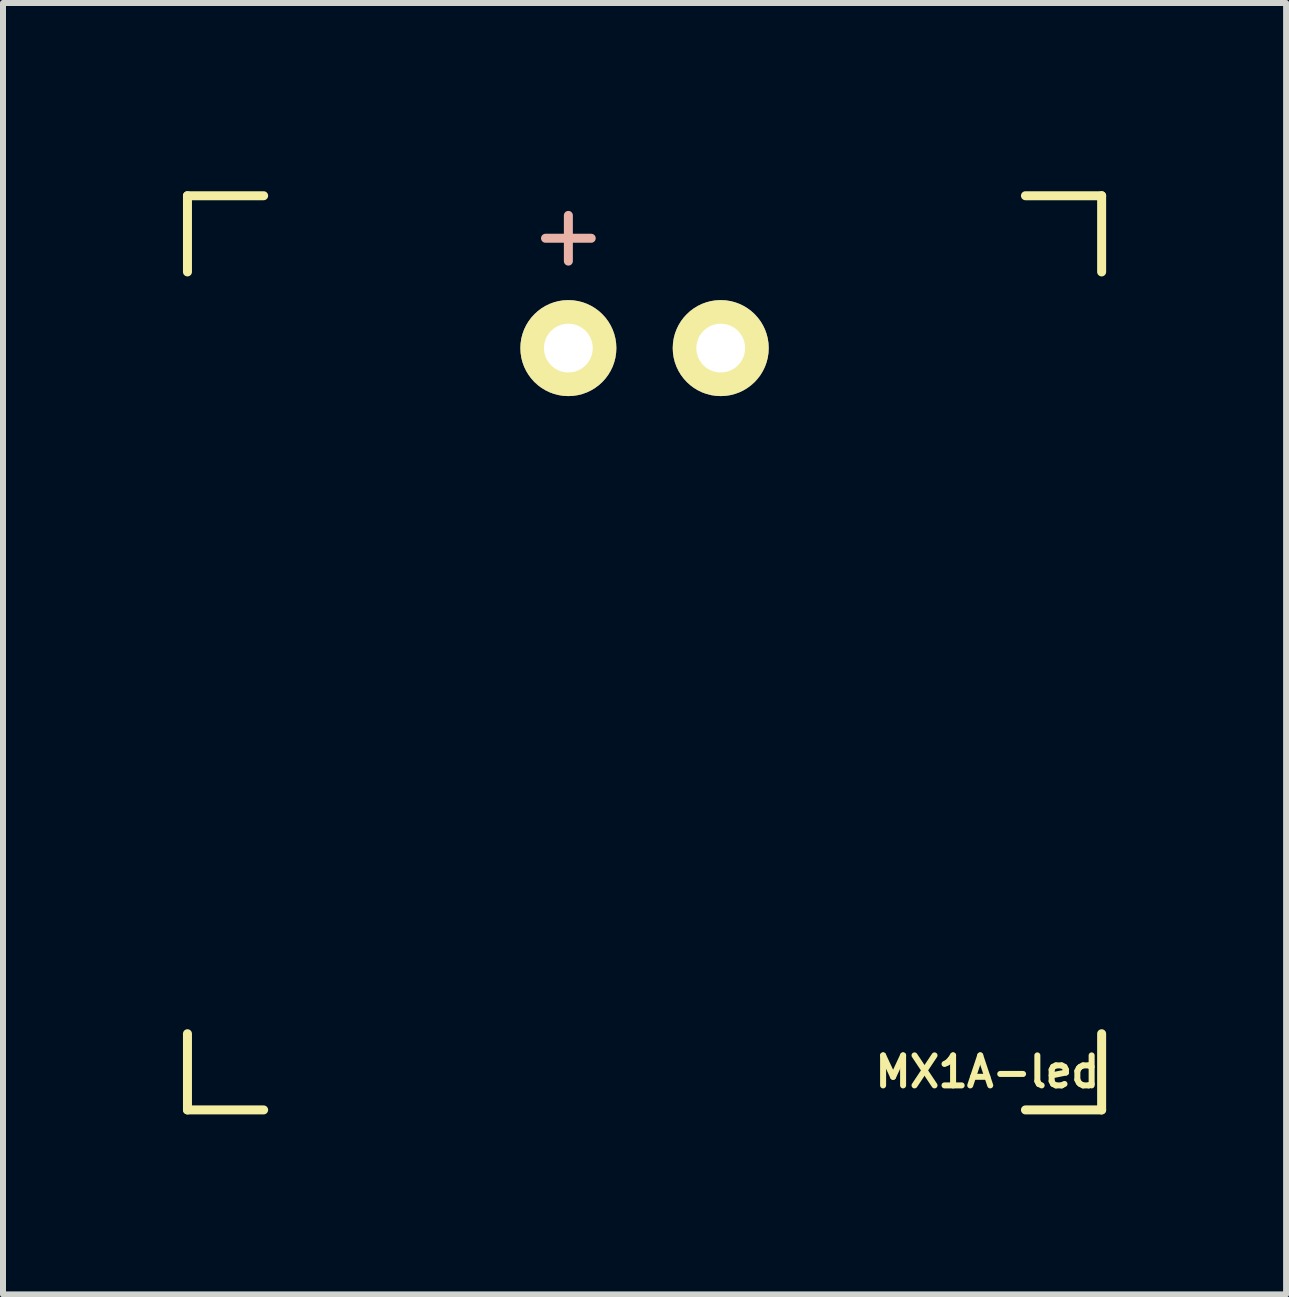
<source format=kicad_pcb>
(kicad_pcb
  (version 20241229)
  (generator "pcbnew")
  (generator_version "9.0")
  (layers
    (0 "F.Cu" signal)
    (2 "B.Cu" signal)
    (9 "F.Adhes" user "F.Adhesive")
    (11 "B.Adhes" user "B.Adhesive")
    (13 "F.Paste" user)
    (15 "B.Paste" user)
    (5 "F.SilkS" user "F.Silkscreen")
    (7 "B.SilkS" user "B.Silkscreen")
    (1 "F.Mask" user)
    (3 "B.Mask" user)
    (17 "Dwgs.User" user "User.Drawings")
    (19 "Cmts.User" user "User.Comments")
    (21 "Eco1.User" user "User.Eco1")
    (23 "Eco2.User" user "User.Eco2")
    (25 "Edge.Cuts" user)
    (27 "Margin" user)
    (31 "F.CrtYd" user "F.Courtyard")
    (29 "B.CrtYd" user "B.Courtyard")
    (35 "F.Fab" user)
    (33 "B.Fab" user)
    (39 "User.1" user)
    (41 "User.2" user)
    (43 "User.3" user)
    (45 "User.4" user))
  (footprint "MX1A-led"
    (layer "F.Cu")
    (at 7.695 7.833)
    (property "Reference" "MX1A-led" (at 5.715 6.985 0) (layer "F.SilkS") (effects (font (size 0.5 0.5) (thickness 0.1))))
    (attr through_hole)
    (fp_line (start -7.62 -7.62) (end -6.35 -7.62) (stroke (width 0.15) (type solid)) (layer "F.SilkS"))
    (fp_line (start -7.62 -6.35) (end -7.62 -7.62) (stroke (width 0.15) (type solid)) (layer "F.SilkS"))
    (fp_line (start -7.62 6.35) (end -7.62 7.62) (stroke (width 0.15) (type solid)) (layer "F.SilkS"))
    (fp_line (start -7.62 7.62) (end -6.35 7.62) (stroke (width 0.15) (type solid)) (layer "F.SilkS"))
    (fp_line (start 6.35 -7.62) (end 7.62 -7.62) (stroke (width 0.15) (type solid)) (layer "F.SilkS"))
    (fp_line (start 6.35 7.62) (end 7.62 7.62) (stroke (width 0.15) (type solid)) (layer "F.SilkS"))
    (fp_line (start 7.62 -7.62) (end 7.62 -6.35) (stroke (width 0.15) (type solid)) (layer "F.SilkS"))
    (fp_line (start 7.62 7.62) (end 7.62 6.35) (stroke (width 0.15) (type solid)) (layer "F.SilkS"))
    (fp_text user "+" (at -1.27 -6.985 0) (layer "B.SilkS") (effects (font (size 1 1) (thickness 0.15)) (justify mirror)))
    (pad "1" thru_hole circle (at -1.27 -5.08) (size 1.6 1.6) (drill 0.813) (layers "*.Cu" "*.Mask" "F.SilkS"))
    (pad "2" thru_hole circle (at 1.27 -5.08) (size 1.6 1.6) (drill 0.813) (layers "*.Cu" "*.Mask" "F.SilkS")))
  (gr_rect
    (start -3 -3)
    (end 18.39 18.528)
    (stroke (width 0.1) (type default))
    (fill no)
    (layer "Edge.Cuts")))
</source>
